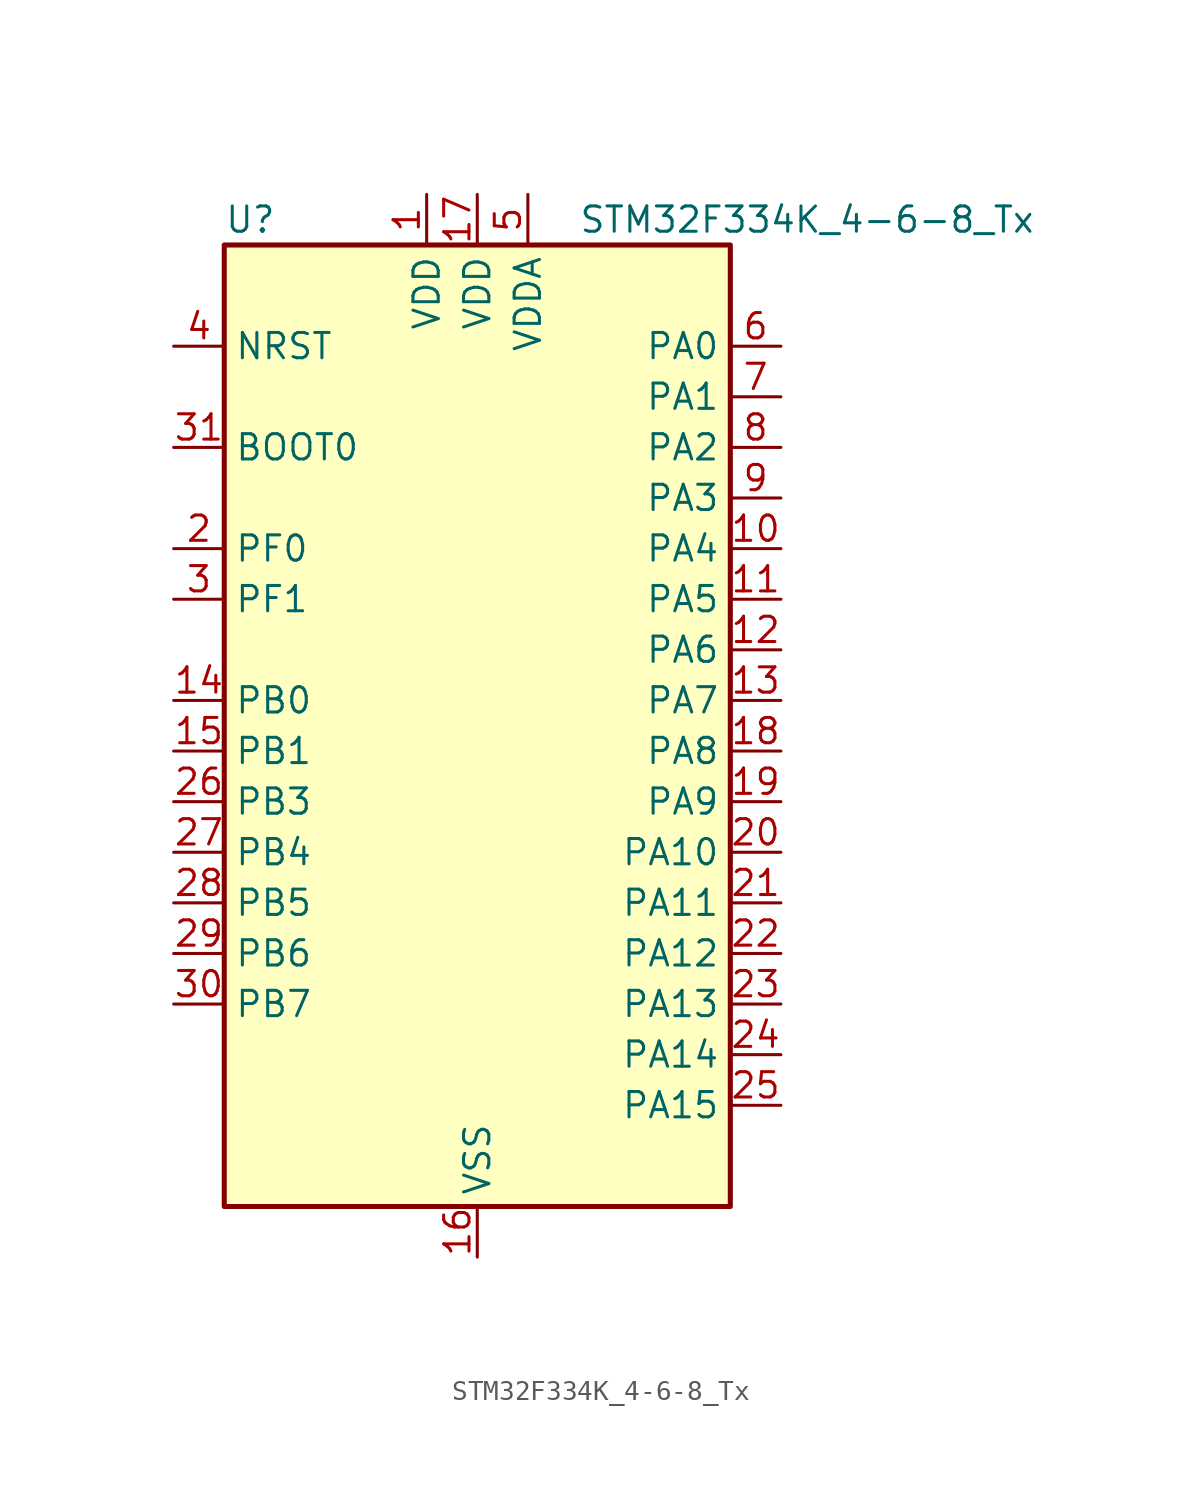
<source format=kicad_sym>
(kicad_symbol_lib
  (version 20241209)
  (generator "kicad_symbol_editor")
  (generator_version "9.0")
  (symbol "STM32F334K_4-6-8_Tx"
    (property "Reference" "U"
      (at -12.7 26.67 0)
      (effects (font (size 1.27 1.27)) (justify left)))
    (property "Value" "STM32F334K_4-6-8_Tx"
      (at 5.08 26.67 0)
      (effects (font (size 1.27 1.27)) (justify left)))
    (symbol "STM32F334K_4-6-8_Tx_0_1"
      (rectangle (start -12.7 -22.86) (end 12.7 25.4) (stroke (width 0.254) (type default)) (fill (type background))))
    (symbol "STM32F334K_4-6-8_Tx_1_1"
      (pin input line (at -15.24 20.32 0) (length 2.54) (name "NRST" (effects (font (size 1.27 1.27)))) (number "4" (effects (font (size 1.27 1.27)))))
      (pin input line (at -15.24 15.24 0) (length 2.54) (name "BOOT0" (effects (font (size 1.27 1.27)))) (number "31" (effects (font (size 1.27 1.27)))))
      (pin bidirectional line (at -15.24 10.16 0) (length 2.54) (name "PF0" (effects (font (size 1.27 1.27)))) (number "2" (effects (font (size 1.27 1.27)))) (alternate "RCC_OSC_IN" bidirectional line) (alternate "TIM1_CH3N" bidirectional line))
      (pin bidirectional line (at -15.24 7.62 0) (length 2.54) (name "PF1" (effects (font (size 1.27 1.27)))) (number "3" (effects (font (size 1.27 1.27)))) (alternate "RCC_OSC_OUT" bidirectional line))
      (pin bidirectional line (at -15.24 2.54 0) (length 2.54) (name "PB0" (effects (font (size 1.27 1.27)))) (number "14" (effects (font (size 1.27 1.27)))) (alternate "ADC1_IN11" bidirectional line) (alternate "COMP4_INP" bidirectional line) (alternate "OPAMP2_VINP" bidirectional line) (alternate "OPAMP2_VINP_SEC" bidirectional line) (alternate "TIM1_CH2N" bidirectional line) (alternate "TIM3_CH3" bidirectional line) (alternate "TSC_G3_IO2" bidirectional line))
      (pin bidirectional line (at -15.24 0 0) (length 2.54) (name "PB1" (effects (font (size 1.27 1.27)))) (number "15" (effects (font (size 1.27 1.27)))) (alternate "ADC1_IN12" bidirectional line) (alternate "COMP4_OUT" bidirectional line) (alternate "HRTIM1_SCOUT" bidirectional line) (alternate "TIM1_CH3N" bidirectional line) (alternate "TIM3_CH4" bidirectional line) (alternate "TSC_G3_IO3" bidirectional line))
      (pin bidirectional line (at -15.24 -2.54 0) (length 2.54) (name "PB3" (effects (font (size 1.27 1.27)))) (number "26" (effects (font (size 1.27 1.27)))) (alternate "HRTIM1_EEV9" bidirectional line) (alternate "HRTIM1_SCOUT" bidirectional line) (alternate "SPI1_SCK" bidirectional line) (alternate "SYS_JTDO-TRACESWO" bidirectional line) (alternate "TIM2_CH2" bidirectional line) (alternate "TIM3_ETR" bidirectional line) (alternate "TSC_G5_IO1" bidirectional line) (alternate "USART2_TX" bidirectional line))
      (pin bidirectional line (at -15.24 -5.08 0) (length 2.54) (name "PB4" (effects (font (size 1.27 1.27)))) (number "27" (effects (font (size 1.27 1.27)))) (alternate "HRTIM1_EEV7" bidirectional line) (alternate "SPI1_MISO" bidirectional line) (alternate "SYS_NJTRST" bidirectional line) (alternate "TIM16_CH1" bidirectional line) (alternate "TIM17_BKIN" bidirectional line) (alternate "TIM3_CH1" bidirectional line) (alternate "TSC_G5_IO2" bidirectional line) (alternate "USART2_RX" bidirectional line))
      (pin bidirectional line (at -15.24 -7.62 0) (length 2.54) (name "PB5" (effects (font (size 1.27 1.27)))) (number "28" (effects (font (size 1.27 1.27)))) (alternate "HRTIM1_EEV6" bidirectional line) (alternate "I2C1_SMBA" bidirectional line) (alternate "SPI1_MOSI" bidirectional line) (alternate "TIM16_BKIN" bidirectional line) (alternate "TIM17_CH1" bidirectional line) (alternate "TIM3_CH2" bidirectional line) (alternate "USART2_CK" bidirectional line))
      (pin bidirectional line (at -15.24 -10.16 0) (length 2.54) (name "PB6" (effects (font (size 1.27 1.27)))) (number "29" (effects (font (size 1.27 1.27)))) (alternate "HRTIM1_EEV4" bidirectional line) (alternate "HRTIM1_SCIN" bidirectional line) (alternate "I2C1_SCL" bidirectional line) (alternate "TIM16_CH1N" bidirectional line) (alternate "TSC_G5_IO3" bidirectional line) (alternate "USART1_TX" bidirectional line))
      (pin bidirectional line (at -15.24 -12.7 0) (length 2.54) (name "PB7" (effects (font (size 1.27 1.27)))) (number "30" (effects (font (size 1.27 1.27)))) (alternate "HRTIM1_EEV3" bidirectional line) (alternate "I2C1_SDA" bidirectional line) (alternate "TIM17_CH1N" bidirectional line) (alternate "TIM3_CH4" bidirectional line) (alternate "TSC_G5_IO4" bidirectional line) (alternate "USART1_RX" bidirectional line))
      (pin power_in line (at -2.54 27.94 270) (length 2.54) (name "VDD" (effects (font (size 1.27 1.27)))) (number "1" (effects (font (size 1.27 1.27)))))
      (pin power_in line (at 0 27.94 270) (length 2.54) (name "VDD" (effects (font (size 1.27 1.27)))) (number "17" (effects (font (size 1.27 1.27)))))
      (pin power_in line (at 0 -25.4 90) (length 2.54) (name "VSS" (effects (font (size 1.27 1.27)))) (number "16" (effects (font (size 1.27 1.27)))))
      (pin passive line (at 0 -25.4 90) (length 2.54) (hide yes) (name "VSS" (effects (font (size 1.27 1.27)))) (number "32" (effects (font (size 1.27 1.27)))))
      (pin power_in line (at 2.54 27.94 270) (length 2.54) (name "VDDA" (effects (font (size 1.27 1.27)))) (number "5" (effects (font (size 1.27 1.27)))))
      (pin bidirectional line (at 15.24 20.32 180) (length 2.54) (name "PA0" (effects (font (size 1.27 1.27)))) (number "6" (effects (font (size 1.27 1.27)))) (alternate "ADC1_IN1" bidirectional line) (alternate "RTC_TAMP2" bidirectional line) (alternate "SYS_WKUP1" bidirectional line) (alternate "TIM2_CH1" bidirectional line) (alternate "TIM2_ETR" bidirectional line) (alternate "TSC_G1_IO1" bidirectional line) (alternate "USART2_CTS" bidirectional line))
      (pin bidirectional line (at 15.24 17.78 180) (length 2.54) (name "PA1" (effects (font (size 1.27 1.27)))) (number "7" (effects (font (size 1.27 1.27)))) (alternate "ADC1_IN2" bidirectional line) (alternate "RTC_REFIN" bidirectional line) (alternate "TIM15_CH1N" bidirectional line) (alternate "TIM2_CH2" bidirectional line) (alternate "TSC_G1_IO2" bidirectional line) (alternate "USART2_DE" bidirectional line) (alternate "USART2_RTS" bidirectional line))
      (pin bidirectional line (at 15.24 15.24 180) (length 2.54) (name "PA2" (effects (font (size 1.27 1.27)))) (number "8" (effects (font (size 1.27 1.27)))) (alternate "ADC1_IN3" bidirectional line) (alternate "COMP2_INM" bidirectional line) (alternate "COMP2_OUT" bidirectional line) (alternate "TIM15_CH1" bidirectional line) (alternate "TIM2_CH3" bidirectional line) (alternate "TSC_G1_IO3" bidirectional line) (alternate "USART2_TX" bidirectional line))
      (pin bidirectional line (at 15.24 12.7 180) (length 2.54) (name "PA3" (effects (font (size 1.27 1.27)))) (number "9" (effects (font (size 1.27 1.27)))) (alternate "ADC1_IN4" bidirectional line) (alternate "TIM15_CH2" bidirectional line) (alternate "TIM2_CH4" bidirectional line) (alternate "TSC_G1_IO4" bidirectional line) (alternate "USART2_RX" bidirectional line))
      (pin bidirectional line (at 15.24 10.16 180) (length 2.54) (name "PA4" (effects (font (size 1.27 1.27)))) (number "10" (effects (font (size 1.27 1.27)))) (alternate "ADC2_IN1" bidirectional line) (alternate "COMP2_INM" bidirectional line) (alternate "COMP4_INM" bidirectional line) (alternate "DAC1_OUT1" bidirectional line) (alternate "SPI1_NSS" bidirectional line) (alternate "TIM3_CH2" bidirectional line) (alternate "TSC_G2_IO1" bidirectional line) (alternate "USART2_CK" bidirectional line))
      (pin bidirectional line (at 15.24 7.62 180) (length 2.54) (name "PA5" (effects (font (size 1.27 1.27)))) (number "11" (effects (font (size 1.27 1.27)))) (alternate "ADC2_IN2" bidirectional line) (alternate "DAC1_OUT2" bidirectional line) (alternate "OPAMP2_VINM" bidirectional line) (alternate "OPAMP2_VINM_SEC" bidirectional line) (alternate "SPI1_SCK" bidirectional line) (alternate "TIM2_CH1" bidirectional line) (alternate "TIM2_ETR" bidirectional line) (alternate "TSC_G2_IO2" bidirectional line))
      (pin bidirectional line (at 15.24 5.08 180) (length 2.54) (name "PA6" (effects (font (size 1.27 1.27)))) (number "12" (effects (font (size 1.27 1.27)))) (alternate "ADC2_IN3" bidirectional line) (alternate "DAC2_OUT1" bidirectional line) (alternate "OPAMP2_DIG" bidirectional line) (alternate "OPAMP2_VOUT" bidirectional line) (alternate "SPI1_MISO" bidirectional line) (alternate "TIM16_CH1" bidirectional line) (alternate "TIM1_BKIN" bidirectional line) (alternate "TIM3_CH1" bidirectional line) (alternate "TSC_G2_IO3" bidirectional line))
      (pin bidirectional line (at 15.24 2.54 180) (length 2.54) (name "PA7" (effects (font (size 1.27 1.27)))) (number "13" (effects (font (size 1.27 1.27)))) (alternate "ADC2_IN4" bidirectional line) (alternate "COMP2_INP" bidirectional line) (alternate "OPAMP2_VINP" bidirectional line) (alternate "OPAMP2_VINP_SEC" bidirectional line) (alternate "SPI1_MOSI" bidirectional line) (alternate "TIM17_CH1" bidirectional line) (alternate "TIM1_CH1N" bidirectional line) (alternate "TIM3_CH2" bidirectional line) (alternate "TSC_G2_IO4" bidirectional line))
      (pin bidirectional line (at 15.24 0 180) (length 2.54) (name "PA8" (effects (font (size 1.27 1.27)))) (number "18" (effects (font (size 1.27 1.27)))) (alternate "HRTIM1_CHA1" bidirectional line) (alternate "RCC_MCO" bidirectional line) (alternate "TIM1_CH1" bidirectional line) (alternate "USART1_CK" bidirectional line))
      (pin bidirectional line (at 15.24 -2.54 180) (length 2.54) (name "PA9" (effects (font (size 1.27 1.27)))) (number "19" (effects (font (size 1.27 1.27)))) (alternate "DAC1_EXTI9" bidirectional line) (alternate "DAC2_EXTI9" bidirectional line) (alternate "HRTIM1_CHA2" bidirectional line) (alternate "TIM15_BKIN" bidirectional line) (alternate "TIM1_CH2" bidirectional line) (alternate "TIM2_CH3" bidirectional line) (alternate "TSC_G4_IO1" bidirectional line) (alternate "USART1_TX" bidirectional line))
      (pin bidirectional line (at 15.24 -5.08 180) (length 2.54) (name "PA10" (effects (font (size 1.27 1.27)))) (number "20" (effects (font (size 1.27 1.27)))) (alternate "HRTIM1_CHB1" bidirectional line) (alternate "TIM17_BKIN" bidirectional line) (alternate "TIM1_CH3" bidirectional line) (alternate "TIM2_CH4" bidirectional line) (alternate "TSC_G4_IO2" bidirectional line) (alternate "USART1_RX" bidirectional line))
      (pin bidirectional line (at 15.24 -7.62 180) (length 2.54) (name "PA11" (effects (font (size 1.27 1.27)))) (number "21" (effects (font (size 1.27 1.27)))) (alternate "ADC1_EXTI11" bidirectional line) (alternate "ADC2_EXTI11" bidirectional line) (alternate "CAN_RX" bidirectional line) (alternate "HRTIM1_CHB2" bidirectional line) (alternate "TIM1_BKIN2" bidirectional line) (alternate "TIM1_CH1N" bidirectional line) (alternate "TIM1_CH4" bidirectional line) (alternate "USART1_CTS" bidirectional line))
      (pin bidirectional line (at 15.24 -10.16 180) (length 2.54) (name "PA12" (effects (font (size 1.27 1.27)))) (number "22" (effects (font (size 1.27 1.27)))) (alternate "CAN_TX" bidirectional line) (alternate "COMP2_OUT" bidirectional line) (alternate "HRTIM1_FLT1" bidirectional line) (alternate "TIM16_CH1" bidirectional line) (alternate "TIM1_CH2N" bidirectional line) (alternate "TIM1_ETR" bidirectional line) (alternate "USART1_DE" bidirectional line) (alternate "USART1_RTS" bidirectional line))
      (pin bidirectional line (at 15.24 -12.7 180) (length 2.54) (name "PA13" (effects (font (size 1.27 1.27)))) (number "23" (effects (font (size 1.27 1.27)))) (alternate "IR_OUT" bidirectional line) (alternate "SYS_JTMS-SWDIO" bidirectional line) (alternate "TIM16_CH1N" bidirectional line) (alternate "TSC_G4_IO3" bidirectional line))
      (pin bidirectional line (at 15.24 -15.24 180) (length 2.54) (name "PA14" (effects (font (size 1.27 1.27)))) (number "24" (effects (font (size 1.27 1.27)))) (alternate "I2C1_SDA" bidirectional line) (alternate "SYS_JTCK-SWCLK" bidirectional line) (alternate "TIM1_BKIN" bidirectional line) (alternate "TSC_G4_IO4" bidirectional line) (alternate "USART2_TX" bidirectional line))
      (pin bidirectional line (at 15.24 -17.78 180) (length 2.54) (name "PA15" (effects (font (size 1.27 1.27)))) (number "25" (effects (font (size 1.27 1.27)))) (alternate "ADC1_EXTI15" bidirectional line) (alternate "ADC2_EXTI15" bidirectional line) (alternate "HRTIM1_FLT2" bidirectional line) (alternate "I2C1_SCL" bidirectional line) (alternate "SPI1_NSS" bidirectional line) (alternate "SYS_JTDI" bidirectional line) (alternate "TIM1_BKIN" bidirectional line) (alternate "TIM2_CH1" bidirectional line) (alternate "TIM2_ETR" bidirectional line) (alternate "TSC_SYNC" bidirectional line) (alternate "USART2_RX" bidirectional line)))))
</source>
